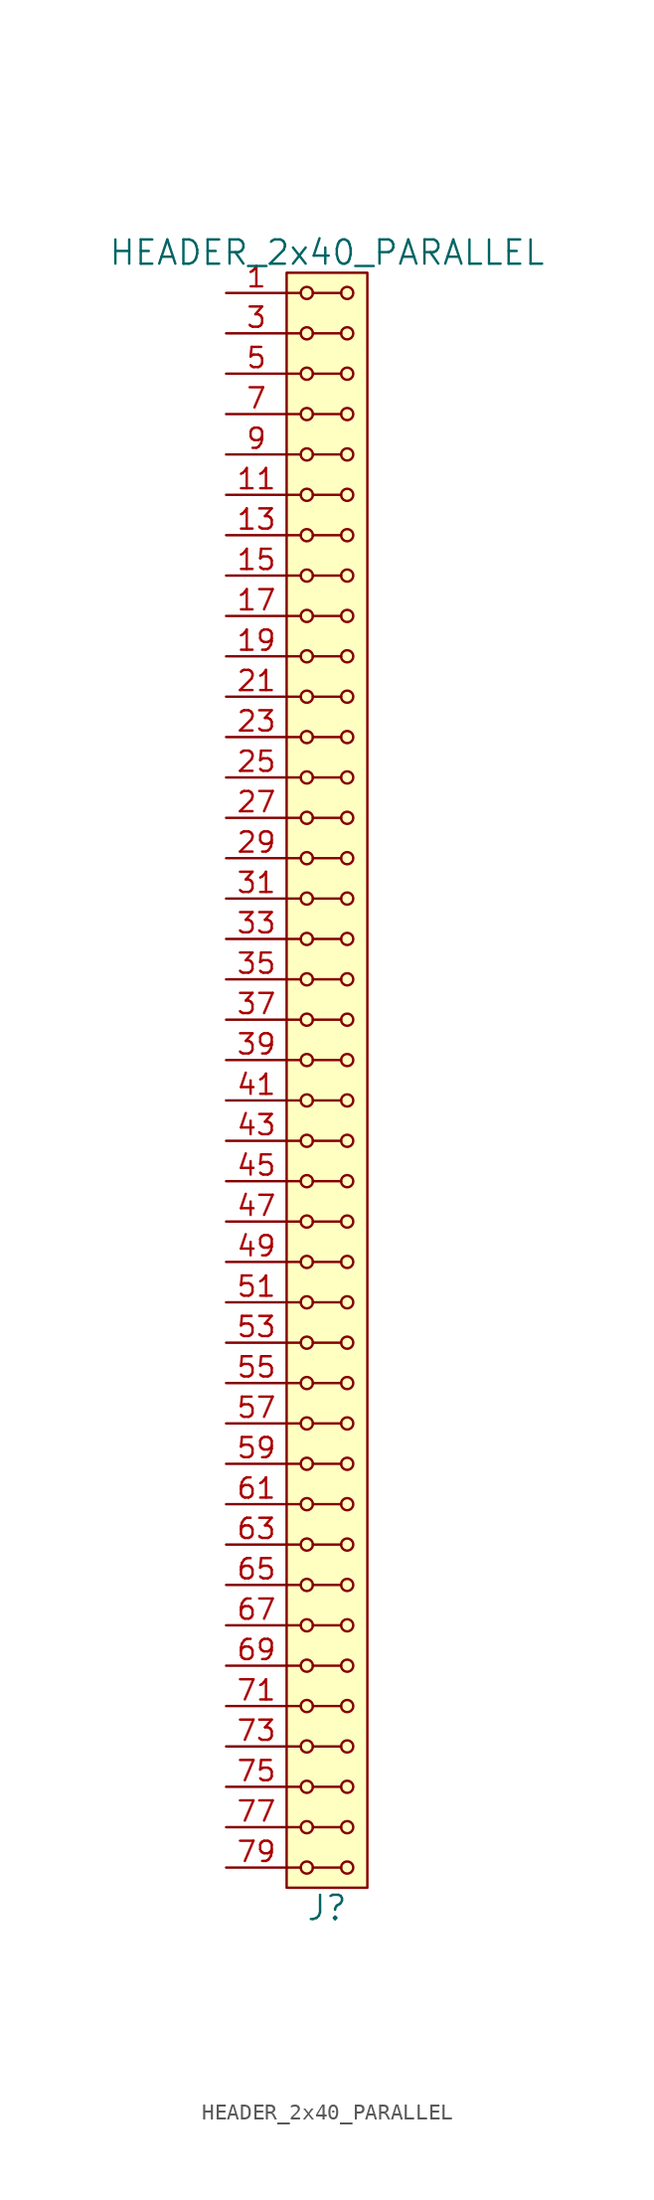
<source format=kicad_sym>
(kicad_symbol_lib
  (version 20211014)
  (generator kicad_symbol_editor)
  (symbol "HEADER_2x40_PARALLEL"
    (pin_names
      (offset 1.016))
    (property "Reference" "J"
      (at 0 -52.07 0)
      (effects (font (size 1.524 1.524))))
    (property "Value" "HEADER_2x40_PARALLEL"
      (at 0 52.07 0)
      (effects (font (size 1.524 1.524))))
    (property "Footprint" ""
      (at 0 49.53 0)
      (effects (font (size 1.524 1.524))))
    (property "Datasheet" ""
      (at 0 49.53 0)
      (effects (font (size 1.524 1.524))))
    (symbol "HEADER_2x40_PARALLEL_0_1"
      (rectangle (start -2.54 50.8) (end 2.54 -50.8) (stroke (width 0) (type default) (color 0 0 0 0)) (fill (type background)))
      (circle (center -1.27 -49.53) (radius 0.381) (stroke (width 0) (type default) (color 0 0 0 0)) (fill (type none)))
      (circle (center -1.27 -46.99) (radius 0.381) (stroke (width 0) (type default) (color 0 0 0 0)) (fill (type none)))
      (circle (center -1.27 -44.45) (radius 0.381) (stroke (width 0) (type default) (color 0 0 0 0)) (fill (type none)))
      (circle (center -1.27 -41.91) (radius 0.381) (stroke (width 0) (type default) (color 0 0 0 0)) (fill (type none)))
      (circle (center -1.27 -39.37) (radius 0.381) (stroke (width 0) (type default) (color 0 0 0 0)) (fill (type none)))
      (circle (center -1.27 -36.83) (radius 0.381) (stroke (width 0) (type default) (color 0 0 0 0)) (fill (type none)))
      (circle (center -1.27 -34.29) (radius 0.381) (stroke (width 0) (type default) (color 0 0 0 0)) (fill (type none)))
      (circle (center -1.27 -31.75) (radius 0.381) (stroke (width 0) (type default) (color 0 0 0 0)) (fill (type none)))
      (circle (center -1.27 -29.21) (radius 0.381) (stroke (width 0) (type default) (color 0 0 0 0)) (fill (type none)))
      (circle (center -1.27 -26.67) (radius 0.381) (stroke (width 0) (type default) (color 0 0 0 0)) (fill (type none)))
      (circle (center -1.27 -24.13) (radius 0.381) (stroke (width 0) (type default) (color 0 0 0 0)) (fill (type none)))
      (circle (center -1.27 -21.59) (radius 0.381) (stroke (width 0) (type default) (color 0 0 0 0)) (fill (type none)))
      (circle (center -1.27 -19.05) (radius 0.381) (stroke (width 0) (type default) (color 0 0 0 0)) (fill (type none)))
      (circle (center -1.27 -16.51) (radius 0.381) (stroke (width 0) (type default) (color 0 0 0 0)) (fill (type none)))
      (circle (center -1.27 -13.97) (radius 0.381) (stroke (width 0) (type default) (color 0 0 0 0)) (fill (type none)))
      (circle (center -1.27 -11.43) (radius 0.381) (stroke (width 0) (type default) (color 0 0 0 0)) (fill (type none)))
      (circle (center -1.27 -8.89) (radius 0.381) (stroke (width 0) (type default) (color 0 0 0 0)) (fill (type none)))
      (circle (center -1.27 -6.35) (radius 0.381) (stroke (width 0) (type default) (color 0 0 0 0)) (fill (type none)))
      (circle (center -1.27 -3.81) (radius 0.381) (stroke (width 0) (type default) (color 0 0 0 0)) (fill (type none)))
      (circle (center -1.27 -1.27) (radius 0.381) (stroke (width 0) (type default) (color 0 0 0 0)) (fill (type none)))
      (circle (center -1.27 1.27) (radius 0.381) (stroke (width 0) (type default) (color 0 0 0 0)) (fill (type none)))
      (circle (center -1.27 3.81) (radius 0.381) (stroke (width 0) (type default) (color 0 0 0 0)) (fill (type none)))
      (circle (center -1.27 6.35) (radius 0.381) (stroke (width 0) (type default) (color 0 0 0 0)) (fill (type none)))
      (circle (center -1.27 8.89) (radius 0.381) (stroke (width 0) (type default) (color 0 0 0 0)) (fill (type none)))
      (circle (center -1.27 11.43) (radius 0.381) (stroke (width 0) (type default) (color 0 0 0 0)) (fill (type none)))
      (circle (center -1.27 13.97) (radius 0.381) (stroke (width 0) (type default) (color 0 0 0 0)) (fill (type none)))
      (circle (center -1.27 16.51) (radius 0.381) (stroke (width 0) (type default) (color 0 0 0 0)) (fill (type none)))
      (circle (center -1.27 19.05) (radius 0.381) (stroke (width 0) (type default) (color 0 0 0 0)) (fill (type none)))
      (circle (center -1.27 21.59) (radius 0.381) (stroke (width 0) (type default) (color 0 0 0 0)) (fill (type none)))
      (circle (center -1.27 24.13) (radius 0.381) (stroke (width 0) (type default) (color 0 0 0 0)) (fill (type none)))
      (circle (center -1.27 26.67) (radius 0.381) (stroke (width 0) (type default) (color 0 0 0 0)) (fill (type none)))
      (circle (center -1.27 29.21) (radius 0.381) (stroke (width 0) (type default) (color 0 0 0 0)) (fill (type none)))
      (circle (center -1.27 31.75) (radius 0.381) (stroke (width 0) (type default) (color 0 0 0 0)) (fill (type none)))
      (circle (center -1.27 34.29) (radius 0.381) (stroke (width 0) (type default) (color 0 0 0 0)) (fill (type none)))
      (circle (center -1.27 36.83) (radius 0.381) (stroke (width 0) (type default) (color 0 0 0 0)) (fill (type none)))
      (circle (center -1.27 39.37) (radius 0.381) (stroke (width 0) (type default) (color 0 0 0 0)) (fill (type none)))
      (circle (center -1.27 41.91) (radius 0.381) (stroke (width 0) (type default) (color 0 0 0 0)) (fill (type none)))
      (circle (center -1.27 44.45) (radius 0.381) (stroke (width 0) (type default) (color 0 0 0 0)) (fill (type none)))
      (circle (center -1.27 46.99) (radius 0.381) (stroke (width 0) (type default) (color 0 0 0 0)) (fill (type none)))
      (circle (center -1.27 49.53) (radius 0.381) (stroke (width 0) (type default) (color 0 0 0 0)) (fill (type none)))
      (polyline (pts (xy -1.651 -49.53) (xy -2.54 -49.53)) (stroke (width 0) (type default) (color 0 0 0 0)) (fill (type none)))
      (polyline (pts (xy -1.651 -46.99) (xy -2.54 -46.99)) (stroke (width 0) (type default) (color 0 0 0 0)) (fill (type none)))
      (polyline (pts (xy -1.651 -44.45) (xy -2.54 -44.45)) (stroke (width 0) (type default) (color 0 0 0 0)) (fill (type none)))
      (polyline (pts (xy -1.651 -41.91) (xy -2.54 -41.91)) (stroke (width 0) (type default) (color 0 0 0 0)) (fill (type none)))
      (polyline (pts (xy -1.651 -39.37) (xy -2.54 -39.37)) (stroke (width 0) (type default) (color 0 0 0 0)) (fill (type none)))
      (polyline (pts (xy -1.651 -36.83) (xy -2.54 -36.83)) (stroke (width 0) (type default) (color 0 0 0 0)) (fill (type none)))
      (polyline (pts (xy -1.651 -34.29) (xy -2.54 -34.29)) (stroke (width 0) (type default) (color 0 0 0 0)) (fill (type none)))
      (polyline (pts (xy -1.651 -31.75) (xy -2.54 -31.75)) (stroke (width 0) (type default) (color 0 0 0 0)) (fill (type none)))
      (polyline (pts (xy -1.651 -29.21) (xy -2.54 -29.21)) (stroke (width 0) (type default) (color 0 0 0 0)) (fill (type none)))
      (polyline (pts (xy -1.651 -26.67) (xy -2.54 -26.67)) (stroke (width 0) (type default) (color 0 0 0 0)) (fill (type none)))
      (polyline (pts (xy -1.651 -24.13) (xy -2.54 -24.13)) (stroke (width 0) (type default) (color 0 0 0 0)) (fill (type none)))
      (polyline (pts (xy -1.651 -21.59) (xy -2.54 -21.59)) (stroke (width 0) (type default) (color 0 0 0 0)) (fill (type none)))
      (polyline (pts (xy -1.651 -19.05) (xy -2.54 -19.05)) (stroke (width 0) (type default) (color 0 0 0 0)) (fill (type none)))
      (polyline (pts (xy -1.651 -16.51) (xy -2.54 -16.51)) (stroke (width 0) (type default) (color 0 0 0 0)) (fill (type none)))
      (polyline (pts (xy -1.651 -13.97) (xy -2.54 -13.97)) (stroke (width 0) (type default) (color 0 0 0 0)) (fill (type none)))
      (polyline (pts (xy -1.651 -11.43) (xy -2.54 -11.43)) (stroke (width 0) (type default) (color 0 0 0 0)) (fill (type none)))
      (polyline (pts (xy -1.651 -8.89) (xy -2.54 -8.89)) (stroke (width 0) (type default) (color 0 0 0 0)) (fill (type none)))
      (polyline (pts (xy -1.651 -6.35) (xy -2.54 -6.35)) (stroke (width 0) (type default) (color 0 0 0 0)) (fill (type none)))
      (polyline (pts (xy -1.651 -3.81) (xy -2.54 -3.81)) (stroke (width 0) (type default) (color 0 0 0 0)) (fill (type none)))
      (polyline (pts (xy -1.651 -1.27) (xy -2.54 -1.27)) (stroke (width 0) (type default) (color 0 0 0 0)) (fill (type none)))
      (polyline (pts (xy -1.651 1.27) (xy -2.54 1.27)) (stroke (width 0) (type default) (color 0 0 0 0)) (fill (type none)))
      (polyline (pts (xy -1.651 3.81) (xy -2.54 3.81)) (stroke (width 0) (type default) (color 0 0 0 0)) (fill (type none)))
      (polyline (pts (xy -1.651 6.35) (xy -2.54 6.35)) (stroke (width 0) (type default) (color 0 0 0 0)) (fill (type none)))
      (polyline (pts (xy -1.651 8.89) (xy -2.54 8.89)) (stroke (width 0) (type default) (color 0 0 0 0)) (fill (type none)))
      (polyline (pts (xy -1.651 11.43) (xy -2.54 11.43)) (stroke (width 0) (type default) (color 0 0 0 0)) (fill (type none)))
      (polyline (pts (xy -1.651 13.97) (xy -2.54 13.97)) (stroke (width 0) (type default) (color 0 0 0 0)) (fill (type none)))
      (polyline (pts (xy -1.651 16.51) (xy -2.54 16.51)) (stroke (width 0) (type default) (color 0 0 0 0)) (fill (type none)))
      (polyline (pts (xy -1.651 19.05) (xy -2.54 19.05)) (stroke (width 0) (type default) (color 0 0 0 0)) (fill (type none)))
      (polyline (pts (xy -1.651 21.59) (xy -2.54 21.59)) (stroke (width 0) (type default) (color 0 0 0 0)) (fill (type none)))
      (polyline (pts (xy -1.651 24.13) (xy -2.54 24.13)) (stroke (width 0) (type default) (color 0 0 0 0)) (fill (type none)))
      (polyline (pts (xy -1.651 26.67) (xy -2.54 26.67)) (stroke (width 0) (type default) (color 0 0 0 0)) (fill (type none)))
      (polyline (pts (xy -1.651 29.21) (xy -2.54 29.21)) (stroke (width 0) (type default) (color 0 0 0 0)) (fill (type none)))
      (polyline (pts (xy -1.651 31.75) (xy -2.54 31.75)) (stroke (width 0) (type default) (color 0 0 0 0)) (fill (type none)))
      (polyline (pts (xy -1.651 34.29) (xy -2.54 34.29)) (stroke (width 0) (type default) (color 0 0 0 0)) (fill (type none)))
      (polyline (pts (xy -1.651 36.83) (xy -2.54 36.83)) (stroke (width 0) (type default) (color 0 0 0 0)) (fill (type none)))
      (polyline (pts (xy -1.651 39.37) (xy -2.54 39.37)) (stroke (width 0) (type default) (color 0 0 0 0)) (fill (type none)))
      (polyline (pts (xy -1.651 41.91) (xy -2.54 41.91)) (stroke (width 0) (type default) (color 0 0 0 0)) (fill (type none)))
      (polyline (pts (xy -1.651 44.45) (xy -2.54 44.45)) (stroke (width 0) (type default) (color 0 0 0 0)) (fill (type none)))
      (polyline (pts (xy -1.651 46.99) (xy -2.54 46.99)) (stroke (width 0) (type default) (color 0 0 0 0)) (fill (type none)))
      (polyline (pts (xy -1.651 49.53) (xy -2.54 49.53)) (stroke (width 0) (type default) (color 0 0 0 0)) (fill (type none)))
      (polyline (pts (xy -0.889 -49.53) (xy 0.889 -49.53)) (stroke (width 0) (type default) (color 0 0 0 0)) (fill (type none)))
      (polyline (pts (xy -0.889 -46.99) (xy 0.889 -46.99)) (stroke (width 0) (type default) (color 0 0 0 0)) (fill (type none)))
      (polyline (pts (xy -0.889 -44.45) (xy 0.889 -44.45)) (stroke (width 0) (type default) (color 0 0 0 0)) (fill (type none)))
      (polyline (pts (xy -0.889 -41.91) (xy 0.889 -41.91)) (stroke (width 0) (type default) (color 0 0 0 0)) (fill (type none)))
      (polyline (pts (xy -0.889 -39.37) (xy 0.889 -39.37)) (stroke (width 0) (type default) (color 0 0 0 0)) (fill (type none)))
      (polyline (pts (xy -0.889 -36.83) (xy 0.889 -36.83)) (stroke (width 0) (type default) (color 0 0 0 0)) (fill (type none)))
      (polyline (pts (xy -0.889 -34.29) (xy 0.889 -34.29)) (stroke (width 0) (type default) (color 0 0 0 0)) (fill (type none)))
      (polyline (pts (xy -0.889 -31.75) (xy 0.889 -31.75)) (stroke (width 0) (type default) (color 0 0 0 0)) (fill (type none)))
      (polyline (pts (xy -0.889 -29.21) (xy 0.889 -29.21)) (stroke (width 0) (type default) (color 0 0 0 0)) (fill (type none)))
      (polyline (pts (xy -0.889 -26.67) (xy 0.889 -26.67)) (stroke (width 0) (type default) (color 0 0 0 0)) (fill (type none)))
      (polyline (pts (xy -0.889 -24.13) (xy 0.889 -24.13)) (stroke (width 0) (type default) (color 0 0 0 0)) (fill (type none)))
      (polyline (pts (xy -0.889 -21.59) (xy 0.889 -21.59)) (stroke (width 0) (type default) (color 0 0 0 0)) (fill (type none)))
      (polyline (pts (xy -0.889 -19.05) (xy 0.889 -19.05)) (stroke (width 0) (type default) (color 0 0 0 0)) (fill (type none)))
      (polyline (pts (xy -0.889 -16.51) (xy 0.889 -16.51)) (stroke (width 0) (type default) (color 0 0 0 0)) (fill (type none)))
      (polyline (pts (xy -0.889 -13.97) (xy 0.889 -13.97)) (stroke (width 0) (type default) (color 0 0 0 0)) (fill (type none)))
      (polyline (pts (xy -0.889 -11.43) (xy 0.889 -11.43)) (stroke (width 0) (type default) (color 0 0 0 0)) (fill (type none)))
      (polyline (pts (xy -0.889 -8.89) (xy 0.889 -8.89)) (stroke (width 0) (type default) (color 0 0 0 0)) (fill (type none)))
      (polyline (pts (xy -0.889 -6.35) (xy 0.889 -6.35)) (stroke (width 0) (type default) (color 0 0 0 0)) (fill (type none)))
      (polyline (pts (xy -0.889 -3.81) (xy 0.889 -3.81)) (stroke (width 0) (type default) (color 0 0 0 0)) (fill (type none)))
      (polyline (pts (xy -0.889 -1.27) (xy 0.889 -1.27)) (stroke (width 0) (type default) (color 0 0 0 0)) (fill (type none)))
      (polyline (pts (xy -0.889 1.27) (xy 0.889 1.27)) (stroke (width 0) (type default) (color 0 0 0 0)) (fill (type none)))
      (polyline (pts (xy -0.889 3.81) (xy 0.889 3.81)) (stroke (width 0) (type default) (color 0 0 0 0)) (fill (type none)))
      (polyline (pts (xy -0.889 6.35) (xy 0.889 6.35)) (stroke (width 0) (type default) (color 0 0 0 0)) (fill (type none)))
      (polyline (pts (xy -0.889 8.89) (xy 0.889 8.89)) (stroke (width 0) (type default) (color 0 0 0 0)) (fill (type none)))
      (polyline (pts (xy -0.889 11.43) (xy 0.889 11.43)) (stroke (width 0) (type default) (color 0 0 0 0)) (fill (type none)))
      (polyline (pts (xy -0.889 13.97) (xy 0.889 13.97)) (stroke (width 0) (type default) (color 0 0 0 0)) (fill (type none)))
      (polyline (pts (xy -0.889 16.51) (xy 0.889 16.51)) (stroke (width 0) (type default) (color 0 0 0 0)) (fill (type none)))
      (polyline (pts (xy -0.889 19.05) (xy 0.889 19.05)) (stroke (width 0) (type default) (color 0 0 0 0)) (fill (type none)))
      (polyline (pts (xy -0.889 21.59) (xy 0.889 21.59)) (stroke (width 0) (type default) (color 0 0 0 0)) (fill (type none)))
      (polyline (pts (xy -0.889 24.13) (xy 0.889 24.13)) (stroke (width 0) (type default) (color 0 0 0 0)) (fill (type none)))
      (polyline (pts (xy -0.889 26.67) (xy 0.889 26.67)) (stroke (width 0) (type default) (color 0 0 0 0)) (fill (type none)))
      (polyline (pts (xy -0.889 29.21) (xy 0.889 29.21)) (stroke (width 0) (type default) (color 0 0 0 0)) (fill (type none)))
      (polyline (pts (xy -0.889 31.75) (xy 0.889 31.75)) (stroke (width 0) (type default) (color 0 0 0 0)) (fill (type none)))
      (polyline (pts (xy -0.889 34.29) (xy 0.889 34.29)) (stroke (width 0) (type default) (color 0 0 0 0)) (fill (type none)))
      (polyline (pts (xy -0.889 36.83) (xy 0.889 36.83)) (stroke (width 0) (type default) (color 0 0 0 0)) (fill (type none)))
      (polyline (pts (xy -0.889 39.37) (xy 0.889 39.37)) (stroke (width 0) (type default) (color 0 0 0 0)) (fill (type none)))
      (polyline (pts (xy -0.889 41.91) (xy 0.889 41.91)) (stroke (width 0) (type default) (color 0 0 0 0)) (fill (type none)))
      (polyline (pts (xy -0.889 44.45) (xy 0.889 44.45)) (stroke (width 0) (type default) (color 0 0 0 0)) (fill (type none)))
      (polyline (pts (xy -0.889 46.99) (xy 0.889 46.99)) (stroke (width 0) (type default) (color 0 0 0 0)) (fill (type none)))
      (polyline (pts (xy -0.889 49.53) (xy 0.889 49.53)) (stroke (width 0) (type default) (color 0 0 0 0)) (fill (type none)))
      (circle (center 1.27 -49.53) (radius 0.381) (stroke (width 0) (type default) (color 0 0 0 0)) (fill (type none)))
      (circle (center 1.27 -46.99) (radius 0.381) (stroke (width 0) (type default) (color 0 0 0 0)) (fill (type none)))
      (circle (center 1.27 -44.45) (radius 0.381) (stroke (width 0) (type default) (color 0 0 0 0)) (fill (type none)))
      (circle (center 1.27 -41.91) (radius 0.381) (stroke (width 0) (type default) (color 0 0 0 0)) (fill (type none)))
      (circle (center 1.27 -39.37) (radius 0.381) (stroke (width 0) (type default) (color 0 0 0 0)) (fill (type none)))
      (circle (center 1.27 -36.83) (radius 0.381) (stroke (width 0) (type default) (color 0 0 0 0)) (fill (type none)))
      (circle (center 1.27 -34.29) (radius 0.381) (stroke (width 0) (type default) (color 0 0 0 0)) (fill (type none)))
      (circle (center 1.27 -31.75) (radius 0.381) (stroke (width 0) (type default) (color 0 0 0 0)) (fill (type none)))
      (circle (center 1.27 -29.21) (radius 0.381) (stroke (width 0) (type default) (color 0 0 0 0)) (fill (type none)))
      (circle (center 1.27 -26.67) (radius 0.381) (stroke (width 0) (type default) (color 0 0 0 0)) (fill (type none)))
      (circle (center 1.27 -24.13) (radius 0.381) (stroke (width 0) (type default) (color 0 0 0 0)) (fill (type none)))
      (circle (center 1.27 -21.59) (radius 0.381) (stroke (width 0) (type default) (color 0 0 0 0)) (fill (type none)))
      (circle (center 1.27 -19.05) (radius 0.381) (stroke (width 0) (type default) (color 0 0 0 0)) (fill (type none)))
      (circle (center 1.27 -16.51) (radius 0.381) (stroke (width 0) (type default) (color 0 0 0 0)) (fill (type none)))
      (circle (center 1.27 -13.97) (radius 0.381) (stroke (width 0) (type default) (color 0 0 0 0)) (fill (type none)))
      (circle (center 1.27 -11.43) (radius 0.381) (stroke (width 0) (type default) (color 0 0 0 0)) (fill (type none)))
      (circle (center 1.27 -8.89) (radius 0.381) (stroke (width 0) (type default) (color 0 0 0 0)) (fill (type none)))
      (circle (center 1.27 -6.35) (radius 0.381) (stroke (width 0) (type default) (color 0 0 0 0)) (fill (type none)))
      (circle (center 1.27 -3.81) (radius 0.381) (stroke (width 0) (type default) (color 0 0 0 0)) (fill (type none)))
      (circle (center 1.27 -1.27) (radius 0.381) (stroke (width 0) (type default) (color 0 0 0 0)) (fill (type none)))
      (circle (center 1.27 1.27) (radius 0.381) (stroke (width 0) (type default) (color 0 0 0 0)) (fill (type none)))
      (circle (center 1.27 3.81) (radius 0.381) (stroke (width 0) (type default) (color 0 0 0 0)) (fill (type none)))
      (circle (center 1.27 6.35) (radius 0.381) (stroke (width 0) (type default) (color 0 0 0 0)) (fill (type none)))
      (circle (center 1.27 8.89) (radius 0.381) (stroke (width 0) (type default) (color 0 0 0 0)) (fill (type none)))
      (circle (center 1.27 11.43) (radius 0.381) (stroke (width 0) (type default) (color 0 0 0 0)) (fill (type none)))
      (circle (center 1.27 13.97) (radius 0.381) (stroke (width 0) (type default) (color 0 0 0 0)) (fill (type none)))
      (circle (center 1.27 16.51) (radius 0.381) (stroke (width 0) (type default) (color 0 0 0 0)) (fill (type none)))
      (circle (center 1.27 19.05) (radius 0.381) (stroke (width 0) (type default) (color 0 0 0 0)) (fill (type none)))
      (circle (center 1.27 21.59) (radius 0.381) (stroke (width 0) (type default) (color 0 0 0 0)) (fill (type none)))
      (circle (center 1.27 24.13) (radius 0.381) (stroke (width 0) (type default) (color 0 0 0 0)) (fill (type none)))
      (circle (center 1.27 26.67) (radius 0.381) (stroke (width 0) (type default) (color 0 0 0 0)) (fill (type none)))
      (circle (center 1.27 29.21) (radius 0.381) (stroke (width 0) (type default) (color 0 0 0 0)) (fill (type none)))
      (circle (center 1.27 31.75) (radius 0.381) (stroke (width 0) (type default) (color 0 0 0 0)) (fill (type none)))
      (circle (center 1.27 34.29) (radius 0.381) (stroke (width 0) (type default) (color 0 0 0 0)) (fill (type none)))
      (circle (center 1.27 36.83) (radius 0.381) (stroke (width 0) (type default) (color 0 0 0 0)) (fill (type none)))
      (circle (center 1.27 39.37) (radius 0.381) (stroke (width 0) (type default) (color 0 0 0 0)) (fill (type none)))
      (circle (center 1.27 41.91) (radius 0.381) (stroke (width 0) (type default) (color 0 0 0 0)) (fill (type none)))
      (circle (center 1.27 44.45) (radius 0.381) (stroke (width 0) (type default) (color 0 0 0 0)) (fill (type none)))
      (circle (center 1.27 46.99) (radius 0.381) (stroke (width 0) (type default) (color 0 0 0 0)) (fill (type none)))
      (circle (center 1.27 49.53) (radius 0.381) (stroke (width 0) (type default) (color 0 0 0 0)) (fill (type none))))
    (symbol "HEADER_2x40_PARALLEL_1_1"
      (pin input line (at -6.35 49.53 0) (length 3.81) (name "~" (effects (font (size 1.27 1.27)))) (number "1" (effects (font (size 1.27 1.27)))))
      (pin input line (at -6.35 39.37 0) (length 3.81) hide (name "~" (effects (font (size 1.27 1.27)))) (number "10" (effects (font (size 1.27 1.27)))))
      (pin input line (at -6.35 36.83 0) (length 3.81) (name "~" (effects (font (size 1.27 1.27)))) (number "11" (effects (font (size 1.27 1.27)))))
      (pin input line (at -6.35 36.83 0) (length 3.81) hide (name "~" (effects (font (size 1.27 1.27)))) (number "12" (effects (font (size 1.27 1.27)))))
      (pin input line (at -6.35 34.29 0) (length 3.81) (name "~" (effects (font (size 1.27 1.27)))) (number "13" (effects (font (size 1.27 1.27)))))
      (pin input line (at -6.35 34.29 0) (length 3.81) hide (name "~" (effects (font (size 1.27 1.27)))) (number "14" (effects (font (size 1.27 1.27)))))
      (pin input line (at -6.35 31.75 0) (length 3.81) (name "~" (effects (font (size 1.27 1.27)))) (number "15" (effects (font (size 1.27 1.27)))))
      (pin input line (at -6.35 31.75 0) (length 3.81) hide (name "~" (effects (font (size 1.27 1.27)))) (number "16" (effects (font (size 1.27 1.27)))))
      (pin input line (at -6.35 29.21 0) (length 3.81) (name "~" (effects (font (size 1.27 1.27)))) (number "17" (effects (font (size 1.27 1.27)))))
      (pin input line (at -6.35 29.21 0) (length 3.81) hide (name "~" (effects (font (size 1.27 1.27)))) (number "18" (effects (font (size 1.27 1.27)))))
      (pin input line (at -6.35 26.67 0) (length 3.81) (name "~" (effects (font (size 1.27 1.27)))) (number "19" (effects (font (size 1.27 1.27)))))
      (pin input line (at -6.35 49.53 0) (length 3.81) hide (name "~" (effects (font (size 1.27 1.27)))) (number "2" (effects (font (size 1.27 1.27)))))
      (pin input line (at -6.35 26.67 0) (length 3.81) hide (name "~" (effects (font (size 1.27 1.27)))) (number "20" (effects (font (size 1.27 1.27)))))
      (pin input line (at -6.35 24.13 0) (length 3.81) (name "~" (effects (font (size 1.27 1.27)))) (number "21" (effects (font (size 1.27 1.27)))))
      (pin input line (at -6.35 24.13 0) (length 3.81) hide (name "~" (effects (font (size 1.27 1.27)))) (number "22" (effects (font (size 1.27 1.27)))))
      (pin input line (at -6.35 21.59 0) (length 3.81) (name "~" (effects (font (size 1.27 1.27)))) (number "23" (effects (font (size 1.27 1.27)))))
      (pin input line (at -6.35 21.59 0) (length 3.81) hide (name "~" (effects (font (size 1.27 1.27)))) (number "24" (effects (font (size 1.27 1.27)))))
      (pin input line (at -6.35 19.05 0) (length 3.81) (name "~" (effects (font (size 1.27 1.27)))) (number "25" (effects (font (size 1.27 1.27)))))
      (pin input line (at -6.35 19.05 0) (length 3.81) hide (name "~" (effects (font (size 1.27 1.27)))) (number "26" (effects (font (size 1.27 1.27)))))
      (pin input line (at -6.35 16.51 0) (length 3.81) (name "~" (effects (font (size 1.27 1.27)))) (number "27" (effects (font (size 1.27 1.27)))))
      (pin input line (at -6.35 16.51 0) (length 3.81) hide (name "~" (effects (font (size 1.27 1.27)))) (number "28" (effects (font (size 1.27 1.27)))))
      (pin input line (at -6.35 13.97 0) (length 3.81) (name "~" (effects (font (size 1.27 1.27)))) (number "29" (effects (font (size 1.27 1.27)))))
      (pin input line (at -6.35 46.99 0) (length 3.81) (name "~" (effects (font (size 1.27 1.27)))) (number "3" (effects (font (size 1.27 1.27)))))
      (pin input line (at -6.35 13.97 0) (length 3.81) hide (name "~" (effects (font (size 1.27 1.27)))) (number "30" (effects (font (size 1.27 1.27)))))
      (pin input line (at -6.35 11.43 0) (length 3.81) (name "~" (effects (font (size 1.27 1.27)))) (number "31" (effects (font (size 1.27 1.27)))))
      (pin input line (at -6.35 11.43 0) (length 3.81) hide (name "~" (effects (font (size 1.27 1.27)))) (number "32" (effects (font (size 1.27 1.27)))))
      (pin input line (at -6.35 8.89 0) (length 3.81) (name "~" (effects (font (size 1.27 1.27)))) (number "33" (effects (font (size 1.27 1.27)))))
      (pin input line (at -6.35 8.89 0) (length 3.81) hide (name "~" (effects (font (size 1.27 1.27)))) (number "34" (effects (font (size 1.27 1.27)))))
      (pin input line (at -6.35 6.35 0) (length 3.81) (name "~" (effects (font (size 1.27 1.27)))) (number "35" (effects (font (size 1.27 1.27)))))
      (pin input line (at -6.35 6.35 0) (length 3.81) hide (name "~" (effects (font (size 1.27 1.27)))) (number "36" (effects (font (size 1.27 1.27)))))
      (pin input line (at -6.35 3.81 0) (length 3.81) (name "~" (effects (font (size 1.27 1.27)))) (number "37" (effects (font (size 1.27 1.27)))))
      (pin input line (at -6.35 3.81 0) (length 3.81) hide (name "~" (effects (font (size 1.27 1.27)))) (number "38" (effects (font (size 1.27 1.27)))))
      (pin input line (at -6.35 1.27 0) (length 3.81) (name "~" (effects (font (size 1.27 1.27)))) (number "39" (effects (font (size 1.27 1.27)))))
      (pin input line (at -6.35 46.99 0) (length 3.81) hide (name "~" (effects (font (size 1.27 1.27)))) (number "4" (effects (font (size 1.27 1.27)))))
      (pin input line (at -6.35 1.27 0) (length 3.81) hide (name "~" (effects (font (size 1.27 1.27)))) (number "40" (effects (font (size 1.27 1.27)))))
      (pin input line (at -6.35 -1.27 0) (length 3.81) (name "~" (effects (font (size 1.27 1.27)))) (number "41" (effects (font (size 1.27 1.27)))))
      (pin input line (at -6.35 -1.27 0) (length 3.81) hide (name "~" (effects (font (size 1.27 1.27)))) (number "42" (effects (font (size 1.27 1.27)))))
      (pin input line (at -6.35 -3.81 0) (length 3.81) (name "~" (effects (font (size 1.27 1.27)))) (number "43" (effects (font (size 1.27 1.27)))))
      (pin input line (at -6.35 -3.81 0) (length 3.81) hide (name "~" (effects (font (size 1.27 1.27)))) (number "44" (effects (font (size 1.27 1.27)))))
      (pin input line (at -6.35 -6.35 0) (length 3.81) (name "~" (effects (font (size 1.27 1.27)))) (number "45" (effects (font (size 1.27 1.27)))))
      (pin input line (at -6.35 -6.35 0) (length 3.81) hide (name "~" (effects (font (size 1.27 1.27)))) (number "46" (effects (font (size 1.27 1.27)))))
      (pin input line (at -6.35 -8.89 0) (length 3.81) (name "~" (effects (font (size 1.27 1.27)))) (number "47" (effects (font (size 1.27 1.27)))))
      (pin input line (at -6.35 -8.89 0) (length 3.81) hide (name "~" (effects (font (size 1.27 1.27)))) (number "48" (effects (font (size 1.27 1.27)))))
      (pin input line (at -6.35 -11.43 0) (length 3.81) (name "~" (effects (font (size 1.27 1.27)))) (number "49" (effects (font (size 1.27 1.27)))))
      (pin input line (at -6.35 44.45 0) (length 3.81) (name "~" (effects (font (size 1.27 1.27)))) (number "5" (effects (font (size 1.27 1.27)))))
      (pin input line (at -6.35 -11.43 0) (length 3.81) hide (name "~" (effects (font (size 1.27 1.27)))) (number "50" (effects (font (size 1.27 1.27)))))
      (pin input line (at -6.35 -13.97 0) (length 3.81) (name "~" (effects (font (size 1.27 1.27)))) (number "51" (effects (font (size 1.27 1.27)))))
      (pin input line (at -6.35 -13.97 0) (length 3.81) hide (name "~" (effects (font (size 1.27 1.27)))) (number "52" (effects (font (size 1.27 1.27)))))
      (pin input line (at -6.35 -16.51 0) (length 3.81) (name "~" (effects (font (size 1.27 1.27)))) (number "53" (effects (font (size 1.27 1.27)))))
      (pin input line (at -6.35 -16.51 0) (length 3.81) hide (name "~" (effects (font (size 1.27 1.27)))) (number "54" (effects (font (size 1.27 1.27)))))
      (pin input line (at -6.35 -19.05 0) (length 3.81) (name "~" (effects (font (size 1.27 1.27)))) (number "55" (effects (font (size 1.27 1.27)))))
      (pin input line (at -6.35 -19.05 0) (length 3.81) hide (name "~" (effects (font (size 1.27 1.27)))) (number "56" (effects (font (size 1.27 1.27)))))
      (pin input line (at -6.35 -21.59 0) (length 3.81) (name "~" (effects (font (size 1.27 1.27)))) (number "57" (effects (font (size 1.27 1.27)))))
      (pin input line (at -6.35 -21.59 0) (length 3.81) hide (name "~" (effects (font (size 1.27 1.27)))) (number "58" (effects (font (size 1.27 1.27)))))
      (pin input line (at -6.35 -24.13 0) (length 3.81) (name "~" (effects (font (size 1.27 1.27)))) (number "59" (effects (font (size 1.27 1.27)))))
      (pin input line (at -6.35 44.45 0) (length 3.81) hide (name "~" (effects (font (size 1.27 1.27)))) (number "6" (effects (font (size 1.27 1.27)))))
      (pin input line (at -6.35 -24.13 0) (length 3.81) hide (name "~" (effects (font (size 1.27 1.27)))) (number "60" (effects (font (size 1.27 1.27)))))
      (pin input line (at -6.35 -26.67 0) (length 3.81) (name "~" (effects (font (size 1.27 1.27)))) (number "61" (effects (font (size 1.27 1.27)))))
      (pin input line (at -6.35 -26.67 0) (length 3.81) hide (name "~" (effects (font (size 1.27 1.27)))) (number "62" (effects (font (size 1.27 1.27)))))
      (pin input line (at -6.35 -29.21 0) (length 3.81) (name "~" (effects (font (size 1.27 1.27)))) (number "63" (effects (font (size 1.27 1.27)))))
      (pin input line (at -6.35 -29.21 0) (length 3.81) hide (name "~" (effects (font (size 1.27 1.27)))) (number "64" (effects (font (size 1.27 1.27)))))
      (pin input line (at -6.35 -31.75 0) (length 3.81) (name "~" (effects (font (size 1.27 1.27)))) (number "65" (effects (font (size 1.27 1.27)))))
      (pin input line (at -6.35 -31.75 0) (length 3.81) hide (name "~" (effects (font (size 1.27 1.27)))) (number "66" (effects (font (size 1.27 1.27)))))
      (pin input line (at -6.35 -34.29 0) (length 3.81) (name "~" (effects (font (size 1.27 1.27)))) (number "67" (effects (font (size 1.27 1.27)))))
      (pin input line (at -6.35 -34.29 0) (length 3.81) hide (name "~" (effects (font (size 1.27 1.27)))) (number "68" (effects (font (size 1.27 1.27)))))
      (pin input line (at -6.35 -36.83 0) (length 3.81) (name "~" (effects (font (size 1.27 1.27)))) (number "69" (effects (font (size 1.27 1.27)))))
      (pin input line (at -6.35 41.91 0) (length 3.81) (name "~" (effects (font (size 1.27 1.27)))) (number "7" (effects (font (size 1.27 1.27)))))
      (pin input line (at -6.35 -36.83 0) (length 3.81) hide (name "~" (effects (font (size 1.27 1.27)))) (number "70" (effects (font (size 1.27 1.27)))))
      (pin input line (at -6.35 -39.37 0) (length 3.81) (name "~" (effects (font (size 1.27 1.27)))) (number "71" (effects (font (size 1.27 1.27)))))
      (pin input line (at -6.35 -39.37 0) (length 3.81) hide (name "~" (effects (font (size 1.27 1.27)))) (number "72" (effects (font (size 1.27 1.27)))))
      (pin input line (at -6.35 -41.91 0) (length 3.81) (name "~" (effects (font (size 1.27 1.27)))) (number "73" (effects (font (size 1.27 1.27)))))
      (pin input line (at -6.35 -41.91 0) (length 3.81) hide (name "~" (effects (font (size 1.27 1.27)))) (number "74" (effects (font (size 1.27 1.27)))))
      (pin input line (at -6.35 -44.45 0) (length 3.81) (name "~" (effects (font (size 1.27 1.27)))) (number "75" (effects (font (size 1.27 1.27)))))
      (pin input line (at -6.35 -44.45 0) (length 3.81) hide (name "~" (effects (font (size 1.27 1.27)))) (number "76" (effects (font (size 1.27 1.27)))))
      (pin input line (at -6.35 -46.99 0) (length 3.81) (name "~" (effects (font (size 1.27 1.27)))) (number "77" (effects (font (size 1.27 1.27)))))
      (pin input line (at -6.35 -46.99 0) (length 3.81) hide (name "~" (effects (font (size 1.27 1.27)))) (number "78" (effects (font (size 1.27 1.27)))))
      (pin input line (at -6.35 -49.53 0) (length 3.81) (name "~" (effects (font (size 1.27 1.27)))) (number "79" (effects (font (size 1.27 1.27)))))
      (pin input line (at -6.35 41.91 0) (length 3.81) hide (name "~" (effects (font (size 1.27 1.27)))) (number "8" (effects (font (size 1.27 1.27)))))
      (pin input line (at -6.35 -49.53 0) (length 3.81) hide (name "~" (effects (font (size 1.27 1.27)))) (number "80" (effects (font (size 1.27 1.27)))))
      (pin input line (at -6.35 39.37 0) (length 3.81) (name "~" (effects (font (size 1.27 1.27)))) (number "9" (effects (font (size 1.27 1.27))))))))
</source>
